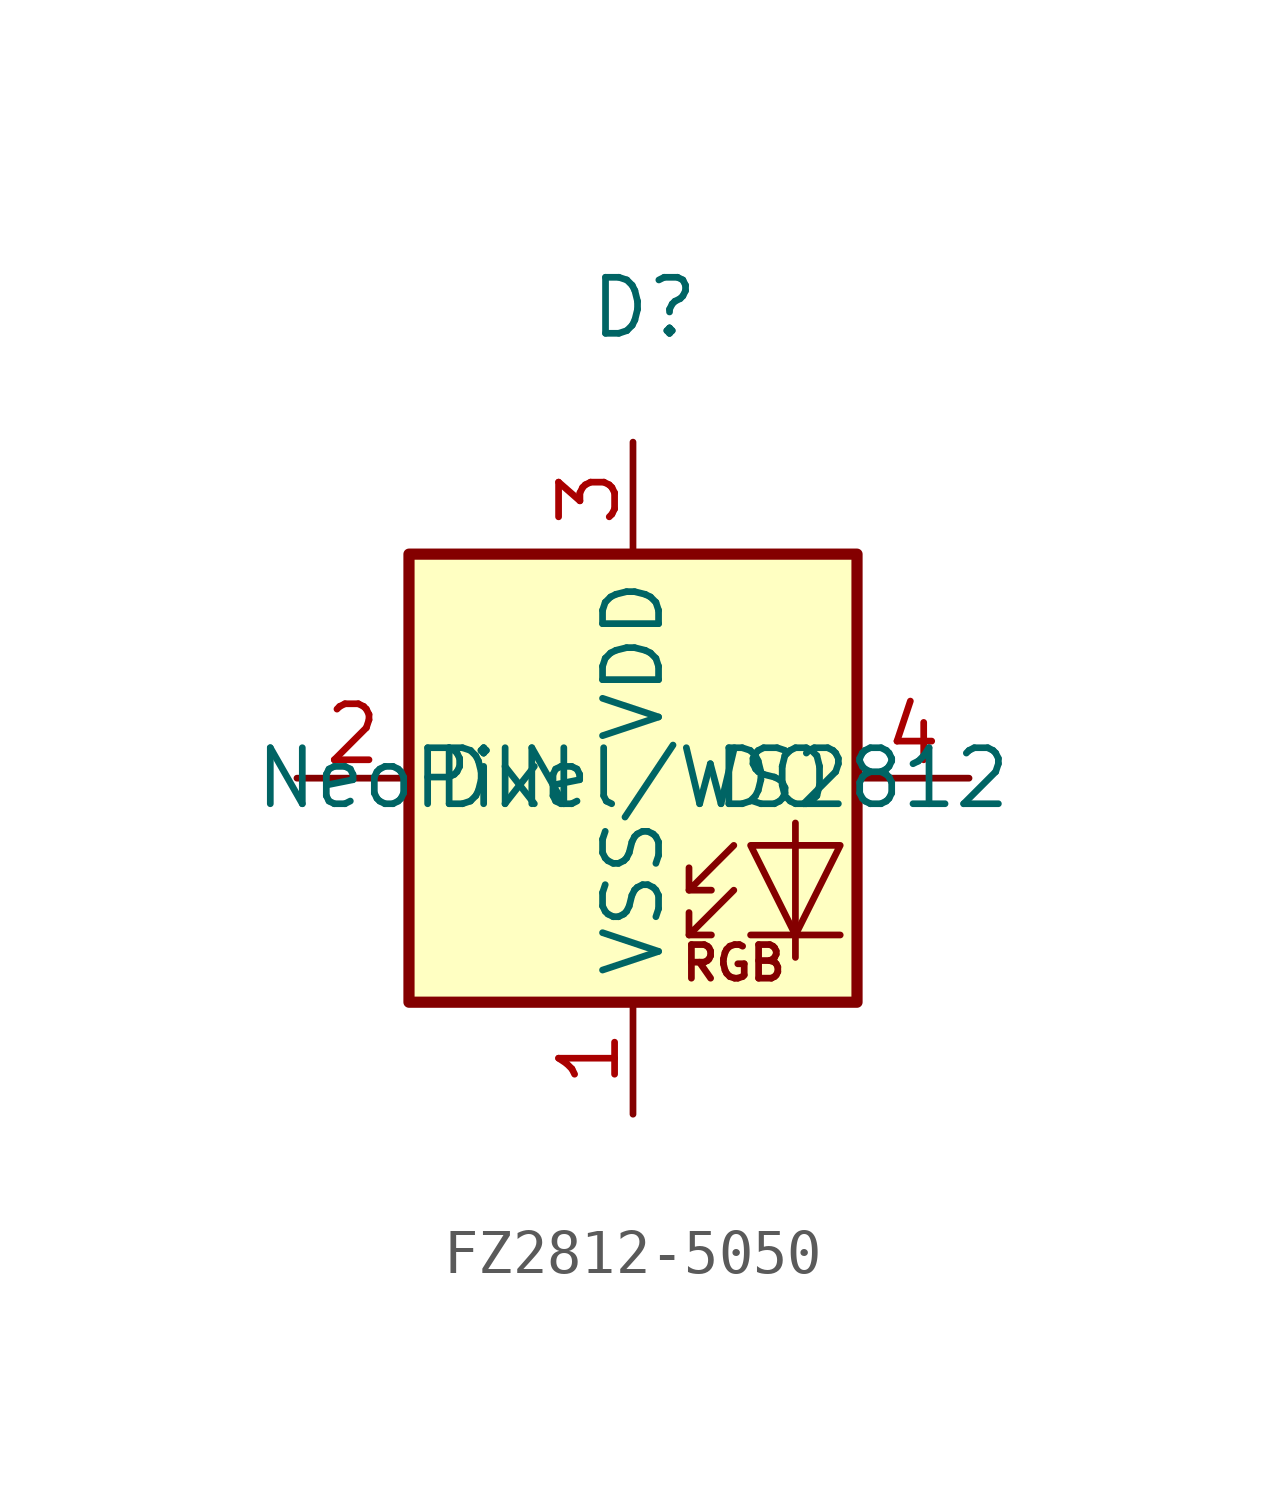
<source format=kicad_sym>
(kicad_symbol_lib
  (version 20241209)
  (generator "kicad_symbol_editor")
  (generator_version "9.0")
  (symbol "FZ2812-5050"
    (property "Reference" "D"
      (at 7.874 10.668 0)
      (effects (font (size 1.27 1.27))))
    (property "Value" "NeoPixel/WS2812"
      (at 7.62 0 0)
      (effects (font (size 1.27 1.27))))
    (symbol "FZ2812-5050_0_0"
      (text "RGB" (at 9.906 -4.191 0) (effects (font (size 0.762 0.762)))))
    (symbol "FZ2812-5050_0_1"
      (polyline (pts (xy 8.89 -2.54) (xy 9.398 -2.54)) (stroke (width 0) (type default)) (fill (type none)))
      (polyline (pts (xy 8.89 -3.556) (xy 9.398 -3.556)) (stroke (width 0) (type default)) (fill (type none)))
      (polyline (pts (xy 9.906 -1.524) (xy 8.89 -2.54) (xy 8.89 -2.032)) (stroke (width 0) (type default)) (fill (type none)))
      (polyline (pts (xy 9.906 -2.54) (xy 8.89 -3.556) (xy 8.89 -3.048)) (stroke (width 0) (type default)) (fill (type none)))
      (polyline (pts (xy 11.303 -1.016) (xy 11.303 -3.556) (xy 11.303 -4.064)) (stroke (width 0) (type default)) (fill (type none)))
      (polyline (pts (xy 12.319 -1.524) (xy 10.287 -1.524) (xy 11.303 -3.556) (xy 12.319 -1.524)) (stroke (width 0) (type default)) (fill (type none)))
      (polyline (pts (xy 12.319 -3.556) (xy 10.287 -3.556)) (stroke (width 0) (type default)) (fill (type none)))
      (rectangle (start 12.7 5.08) (end 2.54 -5.08) (stroke (width 0.254) (type default)) (fill (type background))))
    (symbol "FZ2812-5050_1_1"
      (pin input line (at 0 0 0) (length 2.54) (name "DIN" (effects (font (size 1.27 1.27)))) (number "2" (effects (font (size 1.27 1.27)))))
      (pin power_in line (at 7.62 7.62 270) (length 2.54) (name "VDD" (effects (font (size 1.27 1.27)))) (number "3" (effects (font (size 1.27 1.27)))))
      (pin power_in line (at 7.62 -7.62 90) (length 2.54) (name "VSS" (effects (font (size 1.27 1.27)))) (number "1" (effects (font (size 1.27 1.27)))))
      (pin output line (at 15.24 0 180) (length 2.54) (name "DO" (effects (font (size 1.27 1.27)))) (number "4" (effects (font (size 1.27 1.27))))))))
</source>
